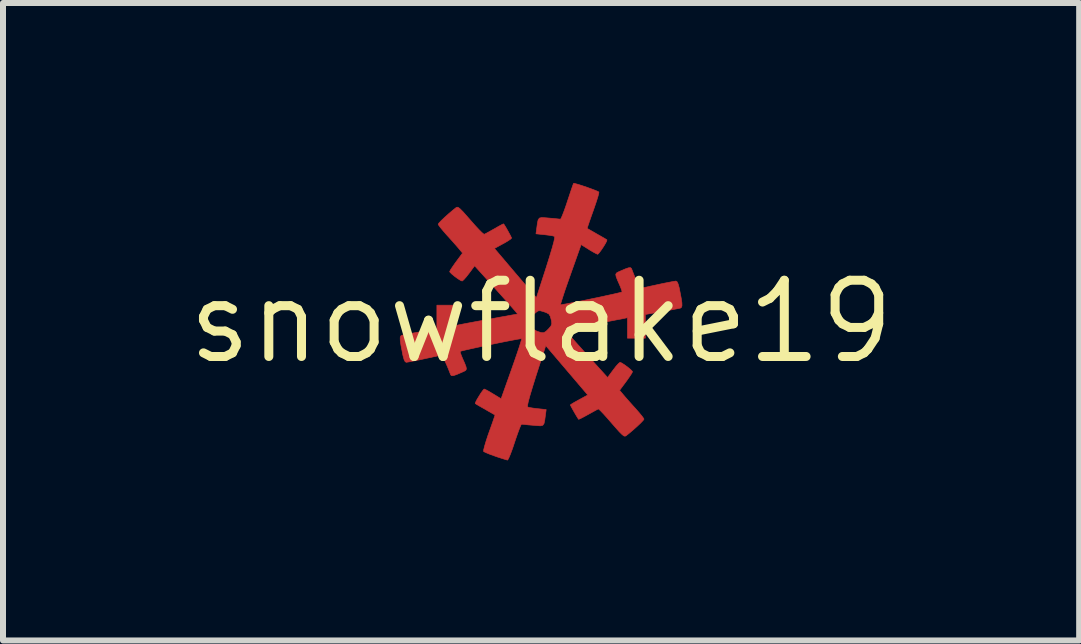
<source format=kicad_pcb>
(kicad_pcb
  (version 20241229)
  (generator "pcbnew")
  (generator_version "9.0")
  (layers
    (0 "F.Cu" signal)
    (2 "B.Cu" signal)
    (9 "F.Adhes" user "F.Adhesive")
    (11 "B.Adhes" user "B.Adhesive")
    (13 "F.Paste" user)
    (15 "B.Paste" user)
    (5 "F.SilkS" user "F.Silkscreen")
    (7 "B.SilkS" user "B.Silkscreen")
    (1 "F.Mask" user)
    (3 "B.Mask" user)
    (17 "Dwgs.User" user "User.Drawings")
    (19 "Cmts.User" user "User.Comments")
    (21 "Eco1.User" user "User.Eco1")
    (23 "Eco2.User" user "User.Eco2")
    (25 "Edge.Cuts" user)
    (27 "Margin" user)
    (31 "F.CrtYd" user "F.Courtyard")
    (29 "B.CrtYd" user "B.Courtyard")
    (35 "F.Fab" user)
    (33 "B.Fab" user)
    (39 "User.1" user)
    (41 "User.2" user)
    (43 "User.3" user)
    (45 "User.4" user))
  (footprint "snowflake19"
    (layer "F.Cu")
    (at 5.964 2.309)
    (property "Reference" "snowflake19" (at 0 0 0) (layer "F.SilkS") (effects (font (size 1.27 1.27) (thickness 0.15))))
    (attr through_hole)
    (fp_poly (pts (xy 0.563 -2.302) (xy 0.615 -2.288) (xy 0.685 -2.266) (xy 0.764 -2.239) (xy 0.842 -2.211) (xy 0.908 -2.186) (xy 0.951 -2.167) (xy 0.963 -2.159) (xy 0.96 -2.134) (xy 0.945 -2.077) (xy 0.919 -1.995) (xy 0.885 -1.895) (xy 0.869 -1.849) (xy 0.832 -1.746) (xy 0.802 -1.659) (xy 0.78 -1.594) (xy 0.769 -1.559) (xy 0.768 -1.554) (xy 0.787 -1.543) (xy 0.834 -1.516) (xy 0.901 -1.478) (xy 0.931 -1.46) (xy 1.004 -1.419) (xy 1.061 -1.386) (xy 1.093 -1.366) (xy 1.097 -1.364) (xy 1.093 -1.343) (xy 1.07 -1.299) (xy 1.037 -1.245) (xy 1 -1.19) (xy 0.967 -1.146) (xy 0.945 -1.124) (xy 0.942 -1.123) (xy 0.915 -1.135) (xy 0.863 -1.163) (xy 0.797 -1.202) (xy 0.794 -1.205) (xy 0.667 -1.284) (xy 0.491 -0.788) (xy 0.443 -0.652) (xy 0.4 -0.529) (xy 0.366 -0.425) (xy 0.341 -0.346) (xy 0.326 -0.296) (xy 0.324 -0.282) (xy 0.346 -0.284) (xy 0.403 -0.294) (xy 0.487 -0.31) (xy 0.591 -0.33) (xy 0.71 -0.354) (xy 0.835 -0.38) (xy 0.961 -0.406) (xy 1.079 -0.432) (xy 1.185 -0.455) (xy 1.269 -0.474) (xy 1.326 -0.488) (xy 1.349 -0.495) (xy 1.345 -0.517) (xy 1.328 -0.565) (xy 1.311 -0.606) (xy 1.272 -0.694) (xy 1.25 -0.752) (xy 1.244 -0.788) (xy 1.255 -0.81) (xy 1.283 -0.827) (xy 1.322 -0.844) (xy 1.405 -0.88) (xy 1.458 -0.898) (xy 1.489 -0.9) (xy 1.506 -0.886) (xy 1.514 -0.865) (xy 1.531 -0.821) (xy 1.558 -0.754) (xy 1.588 -0.686) (xy 1.647 -0.554) (xy 1.93 -0.615) (xy 2.036 -0.638) (xy 2.129 -0.656) (xy 2.201 -0.67) (xy 2.241 -0.676) (xy 2.246 -0.677) (xy 2.265 -0.666) (xy 2.283 -0.629) (xy 2.302 -0.561) (xy 2.314 -0.499) (xy 2.335 -0.389) (xy 2.346 -0.314) (xy 2.347 -0.266) (xy 2.339 -0.24) (xy 2.323 -0.227) (xy 2.293 -0.22) (xy 2.23 -0.208) (xy 2.143 -0.191) (xy 2.04 -0.173) (xy 2.016 -0.169) (xy 1.736 -0.12) (xy 1.736 0.275) (xy 1.439 0.275) (xy 1.439 -0.067) (xy 1.381 -0.054) (xy 1.336 -0.045) (xy 1.26 -0.031) (xy 1.162 -0.012) (xy 1.047 0.009) (xy 0.924 0.032) (xy 0.798 0.055) (xy 0.679 0.077) (xy 0.571 0.096) (xy 0.484 0.112) (xy 0.423 0.123) (xy 0.397 0.127) (xy 0.396 0.127) (xy 0.406 0.142) (xy 0.44 0.184) (xy 0.495 0.249) (xy 0.569 0.333) (xy 0.657 0.431) (xy 0.744 0.528) (xy 1.108 0.93) (xy 1.202 0.803) (xy 1.249 0.742) (xy 1.289 0.698) (xy 1.314 0.678) (xy 1.315 0.677) (xy 1.344 0.689) (xy 1.391 0.719) (xy 1.444 0.758) (xy 1.491 0.797) (xy 1.519 0.826) (xy 1.523 0.833) (xy 1.512 0.858) (xy 1.48 0.907) (xy 1.435 0.972) (xy 1.416 0.998) (xy 1.308 1.143) (xy 1.369 1.216) (xy 1.41 1.264) (xy 1.469 1.331) (xy 1.538 1.408) (xy 1.572 1.445) (xy 1.632 1.514) (xy 1.68 1.572) (xy 1.709 1.612) (xy 1.714 1.624) (xy 1.699 1.646) (xy 1.659 1.688) (xy 1.602 1.742) (xy 1.534 1.803) (xy 1.464 1.862) (xy 1.415 1.901) (xy 1.398 1.908) (xy 1.377 1.902) (xy 1.347 1.878) (xy 1.302 1.833) (xy 1.239 1.762) (xy 1.175 1.689) (xy 1.102 1.605) (xy 1.039 1.535) (xy 0.99 1.484) (xy 0.961 1.457) (xy 0.955 1.454) (xy 0.931 1.465) (xy 0.88 1.493) (xy 0.811 1.531) (xy 0.786 1.545) (xy 0.715 1.584) (xy 0.659 1.613) (xy 0.628 1.626) (xy 0.625 1.626) (xy 0.61 1.604) (xy 0.582 1.558) (xy 0.549 1.501) (xy 0.518 1.446) (xy 0.495 1.403) (xy 0.487 1.387) (xy 0.504 1.374) (xy 0.55 1.346) (xy 0.615 1.31) (xy 0.633 1.3) (xy 0.778 1.221) (xy 0.428 0.81) (xy 0.078 0.399) (xy -0.085 0.903) (xy -0.142 1.086) (xy -0.185 1.229) (xy -0.213 1.332) (xy -0.226 1.396) (xy -0.224 1.421) (xy -0.193 1.43) (xy -0.132 1.44) (xy -0.058 1.449) (xy 0.085 1.464) (xy 0.073 1.552) (xy 0.061 1.642) (xy 0.049 1.697) (xy 0.028 1.726) (xy -0.011 1.735) (xy -0.075 1.731) (xy -0.133 1.726) (xy -0.216 1.719) (xy -0.282 1.712) (xy -0.32 1.708) (xy -0.325 1.707) (xy -0.337 1.725) (xy -0.359 1.777) (xy -0.388 1.855) (xy -0.422 1.952) (xy -0.44 2.006) (xy -0.475 2.111) (xy -0.508 2.2) (xy -0.535 2.265) (xy -0.554 2.301) (xy -0.559 2.306) (xy -0.589 2.298) (xy -0.647 2.28) (xy -0.724 2.255) (xy -0.761 2.242) (xy -0.843 2.213) (xy -0.909 2.186) (xy -0.95 2.167) (xy -0.957 2.163) (xy -0.957 2.137) (xy -0.943 2.08) (xy -0.919 1.998) (xy -0.887 1.899) (xy -0.87 1.851) (xy -0.833 1.748) (xy -0.802 1.66) (xy -0.78 1.595) (xy -0.769 1.559) (xy -0.768 1.554) (xy -0.787 1.543) (xy -0.834 1.516) (xy -0.901 1.478) (xy -0.931 1.46) (xy -1.004 1.419) (xy -1.061 1.386) (xy -1.093 1.366) (xy -1.097 1.364) (xy -1.092 1.344) (xy -1.07 1.3) (xy -1.037 1.245) (xy -1.002 1.189) (xy -0.97 1.145) (xy -0.95 1.123) (xy -0.948 1.122) (xy -0.923 1.132) (xy -0.873 1.159) (xy -0.808 1.198) (xy -0.799 1.203) (xy -0.666 1.284) (xy -0.49 0.789) (xy -0.442 0.652) (xy -0.4 0.53) (xy -0.365 0.426) (xy -0.34 0.346) (xy -0.326 0.297) (xy -0.324 0.283) (xy -0.346 0.285) (xy -0.402 0.294) (xy -0.486 0.31) (xy -0.591 0.33) (xy -0.71 0.354) (xy -0.835 0.38) (xy -0.961 0.406) (xy -1.08 0.432) (xy -1.185 0.455) (xy -1.269 0.474) (xy -1.326 0.488) (xy -1.349 0.495) (xy -1.345 0.517) (xy -1.328 0.565) (xy -1.311 0.606) (xy -1.272 0.694) (xy -1.25 0.752) (xy -1.244 0.788) (xy -1.255 0.81) (xy -1.283 0.827) (xy -1.322 0.844) (xy -1.405 0.88) (xy -1.458 0.898) (xy -1.489 0.9) (xy -1.506 0.886) (xy -1.514 0.865) (xy -1.531 0.821) (xy -1.558 0.754) (xy -1.588 0.686) (xy -1.647 0.554) (xy -1.93 0.615) (xy -2.036 0.638) (xy -2.129 0.656) (xy -2.201 0.67) (xy -2.241 0.676) (xy -2.246 0.677) (xy -2.265 0.666) (xy -2.283 0.629) (xy -2.302 0.561) (xy -2.314 0.499) (xy -2.335 0.389) (xy -2.346 0.314) (xy -2.347 0.266) (xy -2.339 0.24) (xy -2.323 0.227) (xy -2.293 0.22) (xy -2.23 0.208) (xy -2.143 0.191) (xy -2.04 0.173) (xy -2.016 0.169) (xy -1.736 0.12) (xy -1.736 -0.275) (xy -1.439 -0.275) (xy -1.439 0.067) (xy -1.381 0.055) (xy -1.341 0.047) (xy -1.269 0.033) (xy -1.173 0.015) (xy -1.06 -0.006) (xy -0.938 -0.028) (xy -0.891 -0.037) (xy -0.179 -0.037) (xy -0.176 0.008) (xy -0.156 0.082) (xy -0.126 0.127) (xy -0.075 0.156) (xy -0.06 0.162) (xy 0.003 0.182) (xy 0.045 0.183) (xy 0.082 0.161) (xy 0.122 0.122) (xy 0.163 0.075) (xy 0.178 0.037) (xy 0.174 -0.011) (xy 0.17 -0.029) (xy 0.153 -0.09) (xy 0.13 -0.127) (xy 0.087 -0.151) (xy 0.035 -0.169) (xy -0.017 -0.183) (xy -0.052 -0.179) (xy -0.088 -0.153) (xy -0.117 -0.126) (xy -0.162 -0.077) (xy -0.179 -0.037) (xy -0.891 -0.037) (xy -0.813 -0.051) (xy -0.692 -0.074) (xy -0.582 -0.093) (xy -0.492 -0.11) (xy -0.426 -0.121) (xy -0.394 -0.127) (xy -0.391 -0.127) (xy -0.402 -0.142) (xy -0.437 -0.184) (xy -0.494 -0.249) (xy -0.568 -0.333) (xy -0.657 -0.432) (xy -0.744 -0.529) (xy -1.107 -0.931) (xy -1.201 -0.804) (xy -1.249 -0.743) (xy -1.289 -0.698) (xy -1.314 -0.678) (xy -1.315 -0.677) (xy -1.344 -0.689) (xy -1.391 -0.719) (xy -1.444 -0.758) (xy -1.491 -0.797) (xy -1.519 -0.826) (xy -1.523 -0.833) (xy -1.512 -0.858) (xy -1.48 -0.907) (xy -1.435 -0.972) (xy -1.416 -0.998) (xy -1.308 -1.143) (xy -1.369 -1.216) (xy -1.41 -1.264) (xy -1.469 -1.331) (xy -1.538 -1.408) (xy -1.572 -1.445) (xy -1.632 -1.514) (xy -1.68 -1.572) (xy -1.709 -1.612) (xy -1.714 -1.624) (xy -1.699 -1.646) (xy -1.659 -1.688) (xy -1.602 -1.742) (xy -1.534 -1.803) (xy -1.464 -1.862) (xy -1.415 -1.901) (xy -1.398 -1.908) (xy -1.377 -1.902) (xy -1.347 -1.878) (xy -1.302 -1.833) (xy -1.239 -1.762) (xy -1.175 -1.689) (xy -1.102 -1.606) (xy -1.037 -1.536) (xy -0.986 -1.485) (xy -0.954 -1.459) (xy -0.947 -1.456) (xy -0.919 -1.47) (xy -0.865 -1.499) (xy -0.796 -1.538) (xy -0.781 -1.546) (xy -0.712 -1.586) (xy -0.658 -1.615) (xy -0.629 -1.629) (xy -0.626 -1.63) (xy -0.612 -1.613) (xy -0.585 -1.569) (xy -0.551 -1.509) (xy -0.516 -1.445) (xy -0.491 -1.394) (xy -0.505 -1.378) (xy -0.548 -1.348) (xy -0.612 -1.31) (xy -0.631 -1.3) (xy -0.777 -1.22) (xy -0.428 -0.809) (xy -0.078 -0.399) (xy 0.085 -0.903) (xy 0.142 -1.086) (xy 0.185 -1.229) (xy 0.213 -1.332) (xy 0.226 -1.396) (xy 0.224 -1.421) (xy 0.193 -1.43) (xy 0.132 -1.44) (xy 0.058 -1.449) (xy -0.085 -1.464) (xy -0.073 -1.552) (xy -0.061 -1.642) (xy -0.049 -1.697) (xy -0.028 -1.726) (xy 0.011 -1.735) (xy 0.075 -1.731) (xy 0.133 -1.726) (xy 0.216 -1.719) (xy 0.281 -1.712) (xy 0.319 -1.708) (xy 0.323 -1.707) (xy 0.335 -1.725) (xy 0.357 -1.776) (xy 0.387 -1.854) (xy 0.421 -1.951) (xy 0.437 -2) (xy 0.472 -2.105) (xy 0.502 -2.195) (xy 0.525 -2.262) (xy 0.539 -2.299) (xy 0.541 -2.304) (xy 0.563 -2.302)) (stroke (width 0.01) (type solid)) (fill yes) (layer "F.Cu")))
  (gr_rect
    (start -3 -3)
    (end 14.928 7.62)
    (stroke (width 0.1) (type default))
    (fill no)
    (layer "Edge.Cuts")))
</source>
